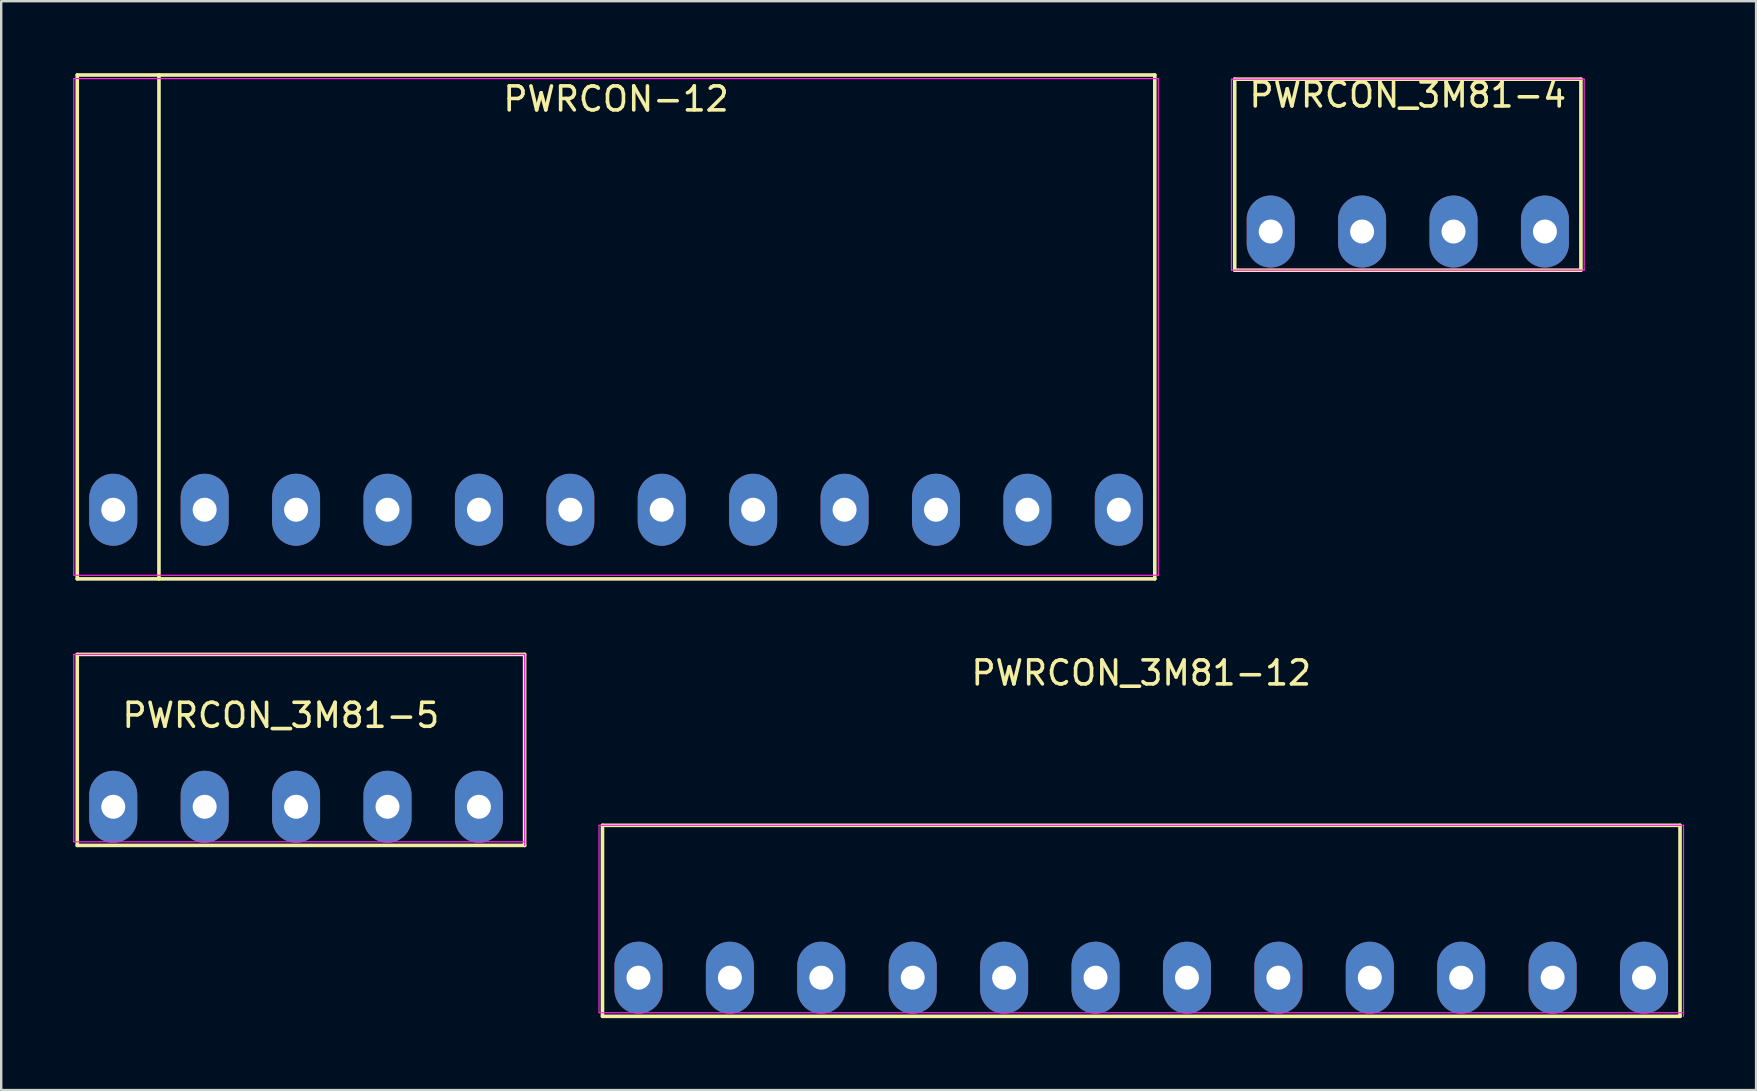
<source format=kicad_pcb>
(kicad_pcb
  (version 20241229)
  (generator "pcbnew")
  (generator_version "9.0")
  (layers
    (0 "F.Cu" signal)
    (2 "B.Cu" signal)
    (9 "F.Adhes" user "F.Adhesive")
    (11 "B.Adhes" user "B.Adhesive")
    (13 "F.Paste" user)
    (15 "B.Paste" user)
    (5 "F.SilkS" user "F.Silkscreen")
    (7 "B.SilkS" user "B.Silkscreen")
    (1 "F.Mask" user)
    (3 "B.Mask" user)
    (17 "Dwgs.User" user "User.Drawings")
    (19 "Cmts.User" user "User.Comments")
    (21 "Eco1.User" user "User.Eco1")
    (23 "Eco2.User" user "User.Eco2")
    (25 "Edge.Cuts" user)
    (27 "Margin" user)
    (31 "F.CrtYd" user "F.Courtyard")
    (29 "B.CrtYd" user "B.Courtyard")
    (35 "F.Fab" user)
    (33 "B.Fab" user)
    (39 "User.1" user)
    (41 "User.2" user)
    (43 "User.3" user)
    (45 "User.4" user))
  (footprint "PWRCON_3M81-12"
    (layer "F.Cu")
    (at 44.515 31.348)
    (property "Reference" "PWRCON_3M81-12" (at 0 -6.35 0) (layer "F.SilkS") (effects (font (size 1 1) (thickness 0.15))))
    (attr through_hole)
    (fp_line (start -22.455 0) (end -22.455 7.96) (stroke (width 0.15) (type solid)) (layer "F.SilkS"))
    (fp_line (start -22.455 7.96) (end 22.455 7.96) (stroke (width 0.15) (type solid)) (layer "F.SilkS"))
    (fp_line (start 22.455 0) (end -22.455 0) (stroke (width 0.15) (type solid)) (layer "F.SilkS"))
    (fp_line (start 22.455 7.96) (end 22.455 0) (stroke (width 0.15) (type solid)) (layer "F.SilkS"))
    (fp_line (start -22.6 0) (end -22.6 7.81) (stroke (width 0.05) (type solid)) (layer "F.CrtYd"))
    (fp_line (start -22.6 7.81) (end 22.6 7.81) (stroke (width 0.05) (type solid)) (layer "F.CrtYd"))
    (fp_line (start 22.6 0) (end -22.6 0) (stroke (width 0.05) (type solid)) (layer "F.CrtYd"))
    (fp_line (start 22.6 7.96) (end 22.6 0) (stroke (width 0.05) (type solid)) (layer "F.CrtYd"))
    (pad "1" thru_hole oval (at -20.955 6.35) (size 2 3) (drill 1) (layers "*.Cu" "*.Mask"))
    (pad "2" thru_hole oval (at -17.145 6.35) (size 2 3) (drill 1) (layers "*.Cu" "*.Mask"))
    (pad "3" thru_hole oval (at -13.335 6.35) (size 2 3) (drill 1) (layers "*.Cu" "*.Mask"))
    (pad "4" thru_hole oval (at -9.525 6.35) (size 2 3) (drill 1) (layers "*.Cu" "*.Mask"))
    (pad "5" thru_hole oval (at -5.715 6.35) (size 2 3) (drill 1) (layers "*.Cu" "*.Mask"))
    (pad "6" thru_hole oval (at -1.905 6.35) (size 2 3) (drill 1) (layers "*.Cu" "*.Mask"))
    (pad "7" thru_hole oval (at 1.905 6.35) (size 2 3) (drill 1) (layers "*.Cu" "*.Mask"))
    (pad "8" thru_hole oval (at 5.715 6.35) (size 2 3) (drill 1) (layers "*.Cu" "*.Mask"))
    (pad "9" thru_hole oval (at 9.525 6.35) (size 2 3) (drill 1) (layers "*.Cu" "*.Mask"))
    (pad "10" thru_hole oval (at 13.335 6.35) (size 2 3) (drill 1) (layers "*.Cu" "*.Mask"))
    (pad "11" thru_hole oval (at 17.145 6.35) (size 2 3) (drill 1) (layers "*.Cu" "*.Mask"))
    (pad "12" thru_hole oval (at 20.955 6.35) (size 2 3) (drill 1) (layers "*.Cu" "*.Mask")))
  (footprint "PWRCON_3M81-4"
    (layer "F.Cu")
    (at 55.625 0.25)
    (property "Reference" "PWRCON_3M81-4" (at 0 0.66 0) (layer "F.SilkS") (effects (font (size 1 1) (thickness 0.15))))
    (attr through_hole)
    (fp_line (start -7.215 0) (end -7.215 7.96) (stroke (width 0.15) (type solid)) (layer "F.SilkS"))
    (fp_line (start -7.215 7.96) (end 7.215 7.96) (stroke (width 0.15) (type solid)) (layer "F.SilkS"))
    (fp_line (start 7.215 0) (end -7.215 0) (stroke (width 0.15) (type solid)) (layer "F.SilkS"))
    (fp_line (start 7.215 7.96) (end 7.215 0) (stroke (width 0.15) (type solid)) (layer "F.SilkS"))
    (fp_line (start -7.35 0) (end -7.35 7.96) (stroke (width 0.05) (type solid)) (layer "F.CrtYd"))
    (fp_line (start -7.35 7.96) (end 7.35 7.96) (stroke (width 0.05) (type solid)) (layer "F.CrtYd"))
    (fp_line (start 7.35 0) (end -7.35 0) (stroke (width 0.05) (type solid)) (layer "F.CrtYd"))
    (fp_line (start 7.35 7.96) (end 7.35 0) (stroke (width 0.05) (type solid)) (layer "F.CrtYd"))
    (pad "1" thru_hole oval (at -5.715 6.35) (size 2 3) (drill 1) (layers "*.Cu" "*.Mask"))
    (pad "2" thru_hole oval (at -1.905 6.35) (size 2 3) (drill 1) (layers "*.Cu" "*.Mask"))
    (pad "3" thru_hole oval (at 1.905 6.35) (size 2 3) (drill 1) (layers "*.Cu" "*.Mask"))
    (pad "4" thru_hole oval (at 5.715 6.35) (size 2 3) (drill 1) (layers "*.Cu" "*.Mask")))
  (footprint "PWRCON-12"
    (layer "F.Cu")
    (at 22.625 10.575)
    (property "Reference" "PWRCON-12" (at 0 -9.5 0) (layer "F.SilkS") (effects (font (size 1 1) (thickness 0.15))))
    (attr through_hole)
    (fp_line (start -22.455 -10.5) (end -22.455 10.5) (stroke (width 0.15) (type solid)) (layer "F.SilkS"))
    (fp_line (start -22.455 10.5) (end 22.455 10.5) (stroke (width 0.15) (type solid)) (layer "F.SilkS"))
    (fp_line (start -19.05 10.5) (end -19.05 -10.5) (stroke (width 0.15) (type solid)) (layer "F.SilkS"))
    (fp_line (start 22.455 -10.5) (end -22.455 -10.5) (stroke (width 0.15) (type solid)) (layer "F.SilkS"))
    (fp_line (start 22.455 10.5) (end 22.455 -10.5) (stroke (width 0.15) (type solid)) (layer "F.SilkS"))
    (fp_line (start -22.6 -10.35) (end -22.6 10.35) (stroke (width 0.05) (type solid)) (layer "F.CrtYd"))
    (fp_line (start -22.6 10.35) (end 22.6 10.35) (stroke (width 0.05) (type solid)) (layer "F.CrtYd"))
    (fp_line (start 22.6 -10.35) (end -22.6 -10.35) (stroke (width 0.05) (type solid)) (layer "F.CrtYd"))
    (fp_line (start 22.6 10.35) (end 22.6 -10.35) (stroke (width 0.05) (type solid)) (layer "F.CrtYd"))
    (pad "1" thru_hole oval (at -20.955 7.62) (size 2 3) (drill 1) (layers "*.Cu" "*.Mask"))
    (pad "2" thru_hole oval (at -17.145 7.62) (size 2 3) (drill 1) (layers "*.Cu" "*.Mask"))
    (pad "3" thru_hole oval (at -13.335 7.62) (size 2 3) (drill 1) (layers "*.Cu" "*.Mask"))
    (pad "4" thru_hole oval (at -9.525 7.62) (size 2 3) (drill 1) (layers "*.Cu" "*.Mask"))
    (pad "5" thru_hole oval (at -5.715 7.62) (size 2 3) (drill 1) (layers "*.Cu" "*.Mask"))
    (pad "6" thru_hole oval (at -1.905 7.62) (size 2 3) (drill 1) (layers "*.Cu" "*.Mask"))
    (pad "7" thru_hole oval (at 1.905 7.62) (size 2 3) (drill 1) (layers "*.Cu" "*.Mask"))
    (pad "8" thru_hole oval (at 5.715 7.62) (size 2 3) (drill 1) (layers "*.Cu" "*.Mask"))
    (pad "9" thru_hole oval (at 9.525 7.62) (size 2 3) (drill 1) (layers "*.Cu" "*.Mask"))
    (pad "10" thru_hole oval (at 13.335 7.62) (size 2 3) (drill 1) (layers "*.Cu" "*.Mask"))
    (pad "11" thru_hole oval (at 17.145 7.62) (size 2 3) (drill 1) (layers "*.Cu" "*.Mask"))
    (pad "12" thru_hole oval (at 20.955 7.62) (size 2 3) (drill 1) (layers "*.Cu" "*.Mask")))
  (footprint "PWRCON_3M81-5"
    (layer "F.Cu")
    (at 8.655 30.575)
    (property "Reference" "PWRCON_3M81-5" (at 0 -3.81 0) (layer "F.SilkS") (effects (font (size 1 1) (thickness 0.15))))
    (attr through_hole)
    (fp_line (start -8.485 -6.35) (end -8.485 1.61) (stroke (width 0.15) (type solid)) (layer "F.SilkS"))
    (fp_line (start -8.485 1.61) (end 10.16 1.61) (stroke (width 0.15) (type solid)) (layer "F.SilkS"))
    (fp_line (start 10.16 -6.35) (end -8.485 -6.35) (stroke (width 0.15) (type solid)) (layer "F.SilkS"))
    (fp_line (start 10.16 1.61) (end 10.16 -6.35) (stroke (width 0.15) (type solid)) (layer "F.SilkS"))
    (fp_line (start -8.63 -6.35) (end -8.63 1.46) (stroke (width 0.05) (type solid)) (layer "F.CrtYd"))
    (fp_line (start -8.63 1.46) (end 10.16 1.46) (stroke (width 0.05) (type solid)) (layer "F.CrtYd"))
    (fp_line (start 10.16 -6.35) (end -8.63 -6.35) (stroke (width 0.05) (type solid)) (layer "F.CrtYd"))
    (fp_line (start 10.16 1.61) (end 10.16 -6.35) (stroke (width 0.05) (type solid)) (layer "F.CrtYd"))
    (pad "1" thru_hole oval (at -6.985 0) (size 2 3) (drill 1) (layers "*.Cu" "*.Mask"))
    (pad "2" thru_hole oval (at -3.175 0) (size 2 3) (drill 1) (layers "*.Cu" "*.Mask"))
    (pad "3" thru_hole oval (at 0.635 0) (size 2 3) (drill 1) (layers "*.Cu" "*.Mask"))
    (pad "4" thru_hole oval (at 4.445 0) (size 2 3) (drill 1) (layers "*.Cu" "*.Mask"))
    (pad "5" thru_hole oval (at 8.255 0) (size 2 3) (drill 1) (layers "*.Cu" "*.Mask")))
  (gr_rect
    (start -3 -3)
    (end 70.14 42.383)
    (stroke (width 0.1) (type default))
    (fill no)
    (layer "Edge.Cuts")))
</source>
